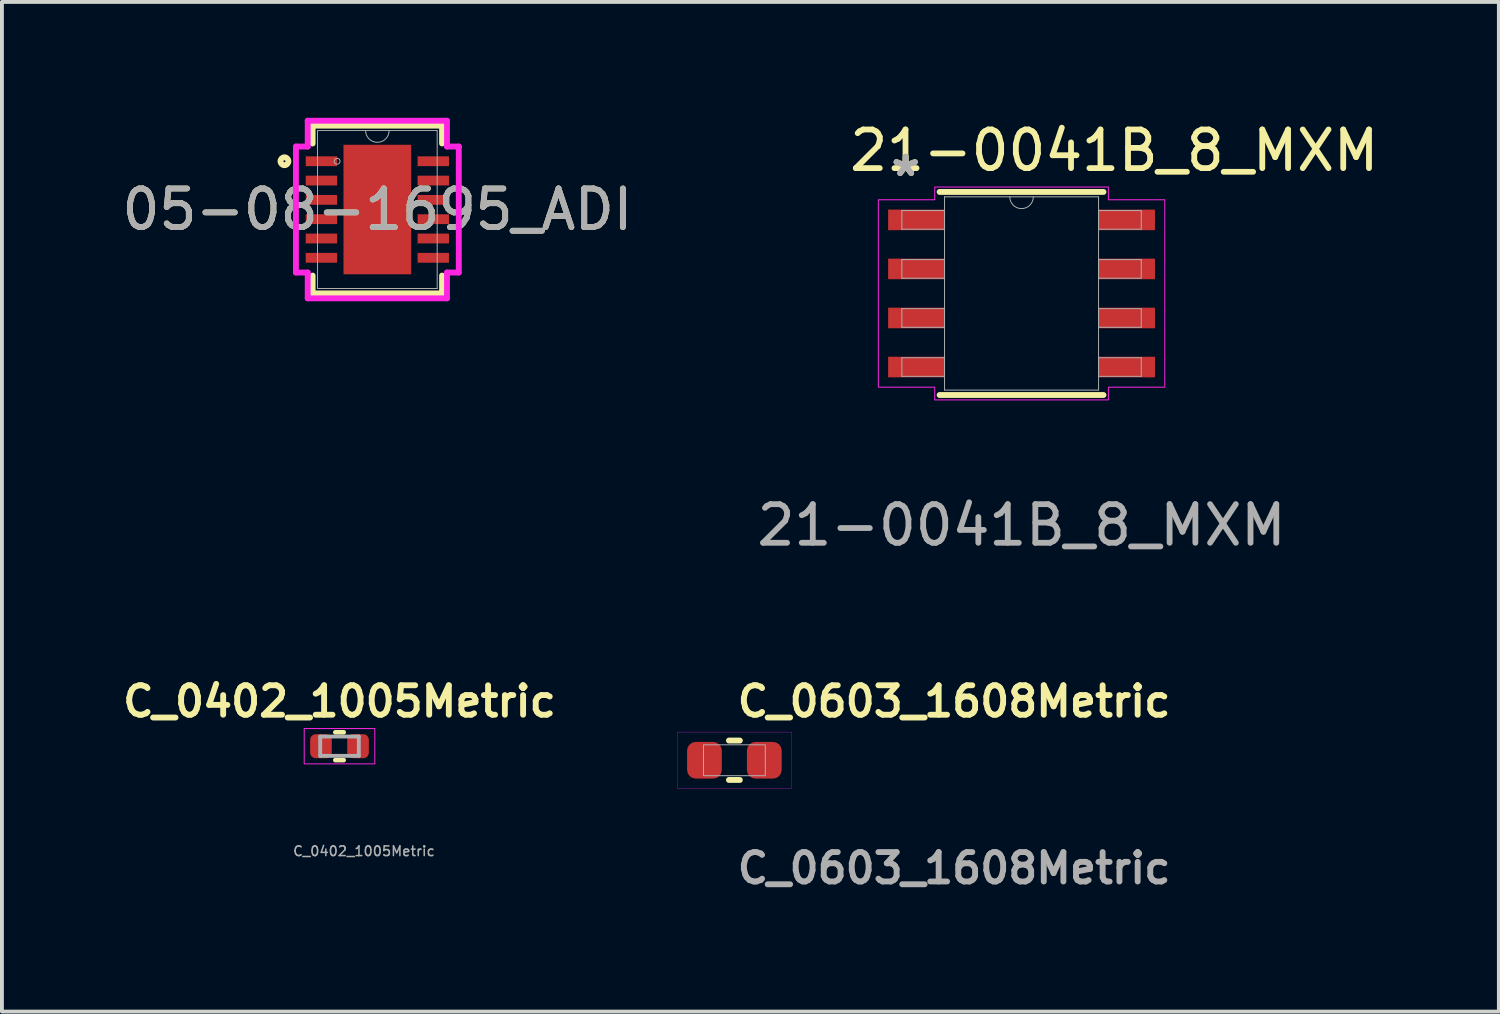
<source format=kicad_pcb>
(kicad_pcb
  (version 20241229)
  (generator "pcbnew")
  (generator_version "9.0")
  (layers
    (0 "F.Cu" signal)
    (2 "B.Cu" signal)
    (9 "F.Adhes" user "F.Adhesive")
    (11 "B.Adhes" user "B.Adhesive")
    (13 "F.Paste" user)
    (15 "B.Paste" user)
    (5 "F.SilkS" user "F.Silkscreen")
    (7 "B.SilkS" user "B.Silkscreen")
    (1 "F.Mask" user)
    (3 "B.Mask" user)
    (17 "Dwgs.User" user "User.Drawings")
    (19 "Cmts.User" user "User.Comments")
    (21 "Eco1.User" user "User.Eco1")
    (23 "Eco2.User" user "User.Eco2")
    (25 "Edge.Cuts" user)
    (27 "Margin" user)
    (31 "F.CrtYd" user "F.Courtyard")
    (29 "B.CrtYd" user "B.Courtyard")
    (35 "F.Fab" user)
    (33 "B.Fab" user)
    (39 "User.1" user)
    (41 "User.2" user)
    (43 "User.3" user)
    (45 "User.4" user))
  (footprint "C_0603_1608Metric"
    (layer "F.Cu")
    (at 15.964 16.634)
    (property "Reference" "C_0603_1608Metric" (at 0 -1.524 0) (layer "F.SilkS") (effects (font (size 0.762 0.762) (thickness 0.152)) (justify left)))
    (attr smd)
    (fp_line (start -0.141 -0.51) (end 0.141 -0.51) (stroke (width 0.152) (type solid)) (layer "F.SilkS"))
    (fp_line (start -0.141 0.51) (end 0.141 0.51) (stroke (width 0.152) (type solid)) (layer "F.SilkS"))
    (fp_poly (pts (xy 1.48 -0.73) (xy 1.48 0.73) (xy -1.48 0.73) (xy -1.48 -0.73)) (stroke (width 0.006) (type solid)) (fill no) (layer "F.CrtYd"))
    (fp_rect (start -0.8 -0.4) (end 0.8 0.4) (stroke (width 0.025) (type default)) (fill no) (layer "F.Fab"))
    (fp_text user "${REFERENCE}" (at 0 2.794 0) (layer "F.Fab") (effects (font (size 0.762 0.762) (thickness 0.152) (bold yes)) (justify left)))
    (pad "1" smd roundrect (at -0.775 0) (size 0.9 0.95) (layers "F.Cu" "F.Mask" "F.Paste") (roundrect_rratio 0.25))
    (pad "2" smd roundrect (at 0.775 0) (size 0.9 0.95) (layers "F.Cu" "F.Mask" "F.Paste") (roundrect_rratio 0.25)))
  (footprint "05-08-1695_ADI"
    (layer "F.Cu")
    (at 6.72 2.375)
    (property "Reference" "05-08-1695_ADI" (at 0 0 0) (unlocked yes) (layer "F.SilkS") (effects (font (size 1 1) (thickness 0.15))))
    (attr smd)
    (fp_line (start -1.676 -2.172) (end -1.676 -1.71) (stroke (width 0.152) (type solid)) (layer "F.SilkS"))
    (fp_line (start -1.676 1.71) (end -1.676 2.172) (stroke (width 0.152) (type solid)) (layer "F.SilkS"))
    (fp_line (start -1.676 2.172) (end 1.676 2.172) (stroke (width 0.152) (type solid)) (layer "F.SilkS"))
    (fp_line (start 1.676 -2.172) (end -1.676 -2.172) (stroke (width 0.152) (type solid)) (layer "F.SilkS"))
    (fp_line (start 1.676 -1.71) (end 1.676 -2.172) (stroke (width 0.152) (type solid)) (layer "F.SilkS"))
    (fp_line (start 1.676 2.172) (end 1.676 1.71) (stroke (width 0.152) (type solid)) (layer "F.SilkS"))
    (fp_circle (center -2.405 -1.25) (end -2.303 -1.25) (stroke (width 0.152) (type solid)) (fill no) (layer "F.SilkS"))
    (fp_poly (pts (xy -0.776 -1.576) (xy -0.776 -0.1) (xy 0.776 -0.1) (xy 0.776 -1.576)) (stroke (width 0) (type solid)) (fill yes) (layer "F.Paste"))
    (fp_poly (pts (xy -0.776 0.1) (xy -0.776 1.576) (xy 0.776 1.576) (xy 0.776 0.1)) (stroke (width 0) (type solid)) (fill yes) (layer "F.Paste"))
    (fp_line (start -2.108 -1.631) (end -1.803 -1.631) (stroke (width 0.152) (type solid)) (layer "F.CrtYd"))
    (fp_line (start -2.108 1.631) (end -2.108 -1.631) (stroke (width 0.152) (type solid)) (layer "F.CrtYd"))
    (fp_line (start -2.108 1.631) (end -1.803 1.631) (stroke (width 0.152) (type solid)) (layer "F.CrtYd"))
    (fp_line (start -1.803 -2.299) (end 1.803 -2.299) (stroke (width 0.152) (type solid)) (layer "F.CrtYd"))
    (fp_line (start -1.803 -1.631) (end -1.803 -2.299) (stroke (width 0.152) (type solid)) (layer "F.CrtYd"))
    (fp_line (start -1.803 2.299) (end -1.803 1.631) (stroke (width 0.152) (type solid)) (layer "F.CrtYd"))
    (fp_line (start 1.803 -2.299) (end 1.803 -1.631) (stroke (width 0.152) (type solid)) (layer "F.CrtYd"))
    (fp_line (start 1.803 1.631) (end 1.803 2.299) (stroke (width 0.152) (type solid)) (layer "F.CrtYd"))
    (fp_line (start 1.803 2.299) (end -1.803 2.299) (stroke (width 0.152) (type solid)) (layer "F.CrtYd"))
    (fp_line (start 2.108 -1.631) (end 1.803 -1.631) (stroke (width 0.152) (type solid)) (layer "F.CrtYd"))
    (fp_line (start 2.108 -1.631) (end 2.108 1.631) (stroke (width 0.152) (type solid)) (layer "F.CrtYd"))
    (fp_line (start 2.108 1.631) (end 1.803 1.631) (stroke (width 0.152) (type solid)) (layer "F.CrtYd"))
    (fp_line (start -1.549 -2.045) (end -1.549 2.045) (stroke (width 0.025) (type solid)) (layer "F.Fab"))
    (fp_line (start -1.549 2.045) (end 1.549 2.045) (stroke (width 0.025) (type solid)) (layer "F.Fab"))
    (fp_line (start 1.549 -2.045) (end -1.549 -2.045) (stroke (width 0.025) (type solid)) (layer "F.Fab"))
    (fp_line (start 1.549 2.045) (end 1.549 -2.045) (stroke (width 0.025) (type solid)) (layer "F.Fab"))
    (fp_arc (start 0.3048 -2.0447) (mid 0 -1.7399) (end -0.3048 -2.0447) (stroke (width 0.0254) (type solid)) (layer "F.Fab"))
    (fp_circle (center -1.041 -1.25) (end -0.965 -1.25) (stroke (width 0.025) (type solid)) (fill no) (layer "F.Fab"))
    (fp_text user "${REFERENCE}" (at 0 0 0) (unlocked yes) (layer "F.Fab") (effects (font (size 1 1) (thickness 0.15))))
    (pad "1" smd rect (at -1.448 -1.25) (size 0.813 0.254) (layers "F.Cu" "F.Mask" "F.Paste"))
    (pad "2" smd rect (at -1.448 -0.75) (size 0.813 0.254) (layers "F.Cu" "F.Mask" "F.Paste"))
    (pad "3" smd rect (at -1.448 -0.25) (size 0.813 0.254) (layers "F.Cu" "F.Mask" "F.Paste"))
    (pad "4" smd rect (at -1.448 0.25) (size 0.813 0.254) (layers "F.Cu" "F.Mask" "F.Paste"))
    (pad "5" smd rect (at -1.448 0.75) (size 0.813 0.254) (layers "F.Cu" "F.Mask" "F.Paste"))
    (pad "6" smd rect (at -1.448 1.25) (size 0.813 0.254) (layers "F.Cu" "F.Mask" "F.Paste"))
    (pad "7" smd rect (at 1.448 1.25) (size 0.813 0.254) (layers "F.Cu" "F.Mask" "F.Paste"))
    (pad "8" smd rect (at 1.448 0.75) (size 0.813 0.254) (layers "F.Cu" "F.Mask" "F.Paste"))
    (pad "9" smd rect (at 1.448 0.25) (size 0.813 0.254) (layers "F.Cu" "F.Mask" "F.Paste"))
    (pad "10" smd rect (at 1.448 -0.25) (size 0.813 0.254) (layers "F.Cu" "F.Mask" "F.Paste"))
    (pad "11" smd rect (at 1.448 -0.75) (size 0.813 0.254) (layers "F.Cu" "F.Mask" "F.Paste"))
    (pad "12" smd rect (at 1.448 -1.25) (size 0.813 0.254) (layers "F.Cu" "F.Mask" "F.Paste"))
    (pad "13" smd rect (at 0 0) (size 1.753 3.353) (layers "F.Cu" "F.Mask" "F.Paste")))
  (footprint "C_0402_1005Metric"
    (layer "F.Cu")
    (at 5.74 16.27)
    (property "Reference" "C_0402_1005Metric" (at 0 -1.16 0) (layer "F.SilkS") (effects (font (size 0.762 0.762) (thickness 0.152) (bold yes))))
    (attr smd)
    (fp_line (start -0.108 -0.36) (end 0.108 -0.36) (stroke (width 0.12) (type solid)) (layer "F.SilkS"))
    (fp_line (start -0.108 0.36) (end 0.108 0.36) (stroke (width 0.12) (type solid)) (layer "F.SilkS"))
    (fp_rect (start -0.914 -0.457) (end 0.914 0.457) (stroke (width 0.025) (type solid)) (fill no) (layer "F.CrtYd"))
    (fp_line (start -0.5 -0.25) (end 0.5 -0.25) (stroke (width 0.1) (type solid)) (layer "F.Fab"))
    (fp_line (start -0.5 0.25) (end -0.5 -0.25) (stroke (width 0.1) (type solid)) (layer "F.Fab"))
    (fp_line (start 0.5 -0.25) (end 0.5 0.25) (stroke (width 0.1) (type solid)) (layer "F.Fab"))
    (fp_line (start 0.5 0.25) (end -0.5 0.25) (stroke (width 0.1) (type solid)) (layer "F.Fab"))
    (fp_text user "${REFERENCE}" (at 0.635 2.718 0) (layer "F.Fab") (effects (font (size 0.25 0.25) (thickness 0.04))))
    (pad "1" smd roundrect (at -0.48 0) (size 0.56 0.62) (layers "F.Cu" "F.Mask" "F.Paste") (roundrect_rratio 0.25))
    (pad "2" smd roundrect (at 0.48 0) (size 0.56 0.62) (layers "F.Cu" "F.Mask" "F.Paste") (roundrect_rratio 0.25)))
  (footprint "21-0041B_8_MXM"
    (layer "F.Cu")
    (at 23.399 4.548)
    (property "Reference" "21-0041B_8_MXM" (at 2.4 -3.7 0) (unlocked yes) (layer "F.SilkS") (effects (font (size 1 1) (thickness 0.15))))
    (attr smd)
    (fp_line (start -2.121 2.629) (end 2.121 2.629) (stroke (width 0.152) (type solid)) (layer "F.SilkS"))
    (fp_line (start 2.121 -2.629) (end -2.121 -2.629) (stroke (width 0.152) (type solid)) (layer "F.SilkS"))
    (fp_poly (pts (xy -3.708 -2.426) (xy -2.248 -2.426) (xy -2.248 -2.756) (xy 2.248 -2.756) (xy 2.248 -2.426) (xy 3.708 -2.426) (xy 3.708 2.426) (xy 2.248 2.426) (xy 2.248 2.756) (xy -2.248 2.756) (xy -2.248 2.426) (xy -3.708 2.426)) (stroke (width 0.025) (type solid)) (fill no) (layer "F.CrtYd"))
    (fp_line (start -3.099 -2.146) (end -3.099 -1.664) (stroke (width 0.025) (type solid)) (layer "F.Fab"))
    (fp_line (start -3.099 -1.664) (end -1.994 -1.664) (stroke (width 0.025) (type solid)) (layer "F.Fab"))
    (fp_line (start -3.099 -0.876) (end -3.099 -0.394) (stroke (width 0.025) (type solid)) (layer "F.Fab"))
    (fp_line (start -3.099 -0.394) (end -1.994 -0.394) (stroke (width 0.025) (type solid)) (layer "F.Fab"))
    (fp_line (start -3.099 0.394) (end -3.099 0.876) (stroke (width 0.025) (type solid)) (layer "F.Fab"))
    (fp_line (start -3.099 0.876) (end -1.994 0.876) (stroke (width 0.025) (type solid)) (layer "F.Fab"))
    (fp_line (start -3.099 1.664) (end -3.099 2.146) (stroke (width 0.025) (type solid)) (layer "F.Fab"))
    (fp_line (start -3.099 2.146) (end -1.994 2.146) (stroke (width 0.025) (type solid)) (layer "F.Fab"))
    (fp_line (start -1.994 -2.502) (end -1.994 2.502) (stroke (width 0.025) (type solid)) (layer "F.Fab"))
    (fp_line (start -1.994 -2.146) (end -3.099 -2.146) (stroke (width 0.025) (type solid)) (layer "F.Fab"))
    (fp_line (start -1.994 -1.664) (end -1.994 -2.146) (stroke (width 0.025) (type solid)) (layer "F.Fab"))
    (fp_line (start -1.994 -0.876) (end -3.099 -0.876) (stroke (width 0.025) (type solid)) (layer "F.Fab"))
    (fp_line (start -1.994 -0.394) (end -1.994 -0.876) (stroke (width 0.025) (type solid)) (layer "F.Fab"))
    (fp_line (start -1.994 0.394) (end -3.099 0.394) (stroke (width 0.025) (type solid)) (layer "F.Fab"))
    (fp_line (start -1.994 0.876) (end -1.994 0.394) (stroke (width 0.025) (type solid)) (layer "F.Fab"))
    (fp_line (start -1.994 1.664) (end -3.099 1.664) (stroke (width 0.025) (type solid)) (layer "F.Fab"))
    (fp_line (start -1.994 2.146) (end -1.994 1.664) (stroke (width 0.025) (type solid)) (layer "F.Fab"))
    (fp_line (start -1.994 2.502) (end 1.994 2.502) (stroke (width 0.025) (type solid)) (layer "F.Fab"))
    (fp_line (start 1.994 -2.502) (end -1.994 -2.502) (stroke (width 0.025) (type solid)) (layer "F.Fab"))
    (fp_line (start 1.994 -2.146) (end 1.994 -1.664) (stroke (width 0.025) (type solid)) (layer "F.Fab"))
    (fp_line (start 1.994 -1.664) (end 3.099 -1.664) (stroke (width 0.025) (type solid)) (layer "F.Fab"))
    (fp_line (start 1.994 -0.876) (end 1.994 -0.394) (stroke (width 0.025) (type solid)) (layer "F.Fab"))
    (fp_line (start 1.994 -0.394) (end 3.099 -0.394) (stroke (width 0.025) (type solid)) (layer "F.Fab"))
    (fp_line (start 1.994 0.394) (end 1.994 0.876) (stroke (width 0.025) (type solid)) (layer "F.Fab"))
    (fp_line (start 1.994 0.876) (end 3.099 0.876) (stroke (width 0.025) (type solid)) (layer "F.Fab"))
    (fp_line (start 1.994 1.664) (end 1.994 2.146) (stroke (width 0.025) (type solid)) (layer "F.Fab"))
    (fp_line (start 1.994 2.146) (end 3.099 2.146) (stroke (width 0.025) (type solid)) (layer "F.Fab"))
    (fp_line (start 1.994 2.502) (end 1.994 -2.502) (stroke (width 0.025) (type solid)) (layer "F.Fab"))
    (fp_line (start 3.099 -2.146) (end 1.994 -2.146) (stroke (width 0.025) (type solid)) (layer "F.Fab"))
    (fp_line (start 3.099 -1.664) (end 3.099 -2.146) (stroke (width 0.025) (type solid)) (layer "F.Fab"))
    (fp_line (start 3.099 -0.876) (end 1.994 -0.876) (stroke (width 0.025) (type solid)) (layer "F.Fab"))
    (fp_line (start 3.099 -0.394) (end 3.099 -0.876) (stroke (width 0.025) (type solid)) (layer "F.Fab"))
    (fp_line (start 3.099 0.394) (end 1.994 0.394) (stroke (width 0.025) (type solid)) (layer "F.Fab"))
    (fp_line (start 3.099 0.876) (end 3.099 0.394) (stroke (width 0.025) (type solid)) (layer "F.Fab"))
    (fp_line (start 3.099 1.664) (end 1.994 1.664) (stroke (width 0.025) (type solid)) (layer "F.Fab"))
    (fp_line (start 3.099 2.146) (end 3.099 1.664) (stroke (width 0.025) (type solid)) (layer "F.Fab"))
    (fp_arc (start 0.3048 -2.5019) (mid 0 -2.1971) (end -0.3048 -2.5019) (stroke (width 0.0254) (type solid)) (layer "F.Fab"))
    (fp_text user "*" (at -3 -3 0) (unlocked yes) (layer "F.SilkS") (effects (font (size 1 1) (thickness 0.15))))
    (fp_text user "${REFERENCE}" (at 0 6 0) (unlocked yes) (layer "F.Fab") (effects (font (size 1 1) (thickness 0.15))))
    (fp_text user "*" (at -3 -3 0) (layer "F.Fab") (effects (font (size 1 1) (thickness 0.15))))
    (pad "1" smd rect (at -2.724 -1.905) (size 1.46 0.533) (layers "F.Cu" "F.Mask" "F.Paste"))
    (pad "2" smd rect (at -2.724 -0.635) (size 1.46 0.533) (layers "F.Cu" "F.Mask" "F.Paste"))
    (pad "3" smd rect (at -2.724 0.635) (size 1.46 0.533) (layers "F.Cu" "F.Mask" "F.Paste"))
    (pad "4" smd rect (at -2.724 1.905) (size 1.46 0.533) (layers "F.Cu" "F.Mask" "F.Paste"))
    (pad "5" smd rect (at 2.724 1.905) (size 1.46 0.533) (layers "F.Cu" "F.Mask" "F.Paste"))
    (pad "6" smd rect (at 2.724 0.635) (size 1.46 0.533) (layers "F.Cu" "F.Mask" "F.Paste"))
    (pad "7" smd rect (at 2.724 -0.635) (size 1.46 0.533) (layers "F.Cu" "F.Mask" "F.Paste"))
    (pad "8" smd rect (at 2.724 -1.905) (size 1.46 0.533) (layers "F.Cu" "F.Mask" "F.Paste")))
  (gr_rect
    (start -3 -3)
    (end 35.757 23.141)
    (stroke (width 0.1) (type default))
    (fill no)
    (layer "Edge.Cuts")))
</source>
